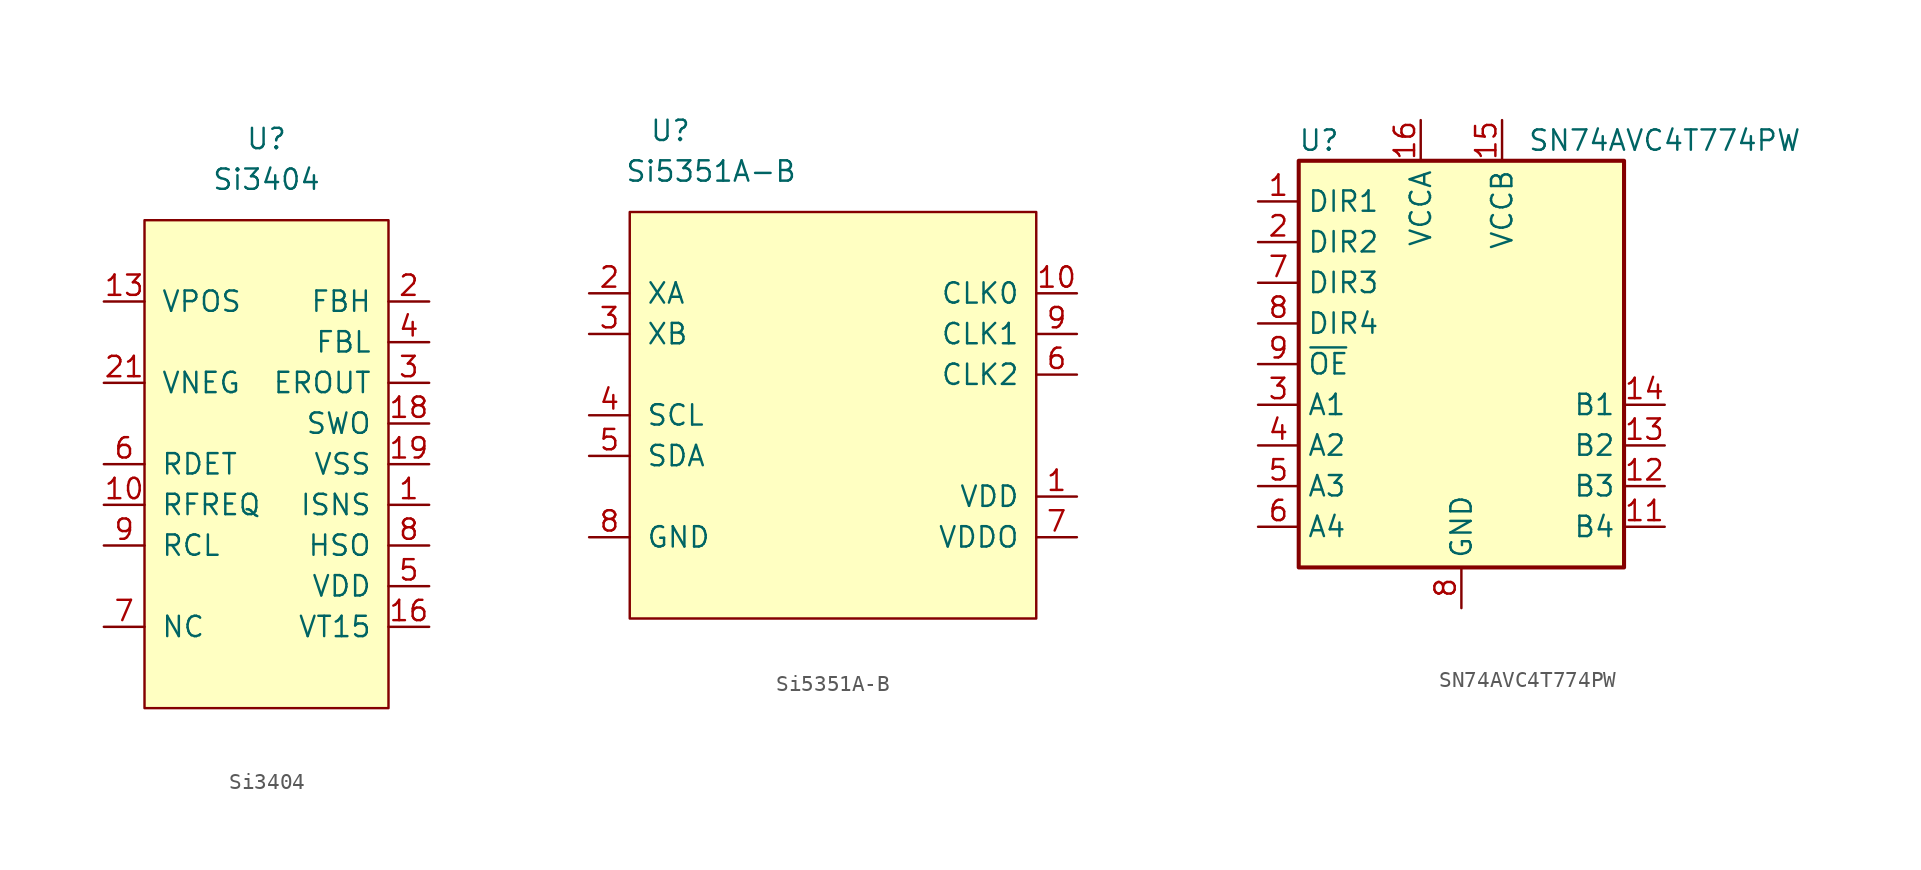
<source format=kicad_sym>
(kicad_symbol_lib
  (version 20220914)
  (generator kicad_symbol_editor)
  (symbol "Si3404"
    (pin_names
      (offset 1.016))
    (property "Reference" "U"
      (at 0 5.08 0)
      (effects (font (size 1.27 1.27))))
    (property "Value" "Si3404"
      (at 0 2.54 0)
      (effects (font (size 1.27 1.27))))
    (symbol "Si3404_0_1"
      (rectangle (start -7.62 0) (end 7.62 -30.48) (stroke (width 0) (type default)) (fill (type background))))
    (symbol "Si3404_1_1"
      (pin input line (at 10.16 -17.78 180) (length 2.54) (name "ISNS" (effects (font (size 1.27 1.27)))) (number "1" (effects (font (size 1.27 1.27)))))
      (pin bidirectional line (at -10.16 -17.78 0) (length 2.54) (name "RFREQ" (effects (font (size 1.27 1.27)))) (number "10" (effects (font (size 1.27 1.27)))))
      (pin bidirectional line (at -10.16 -25.4 0) (length 2.54) hide (name "NC" (effects (font (size 1.27 1.27)))) (number "11" (effects (font (size 1.27 1.27)))))
      (pin bidirectional line (at -10.16 -25.4 0) (length 2.54) hide (name "NC" (effects (font (size 1.27 1.27)))) (number "12" (effects (font (size 1.27 1.27)))))
      (pin bidirectional line (at -10.16 -5.08 0) (length 2.54) (name "VPOS" (effects (font (size 1.27 1.27)))) (number "13" (effects (font (size 1.27 1.27)))))
      (pin bidirectional line (at -10.16 -25.4 0) (length 2.54) hide (name "NC" (effects (font (size 1.27 1.27)))) (number "14" (effects (font (size 1.27 1.27)))))
      (pin bidirectional line (at -10.16 -25.4 0) (length 2.54) hide (name "NC" (effects (font (size 1.27 1.27)))) (number "15" (effects (font (size 1.27 1.27)))))
      (pin input line (at 10.16 -25.4 180) (length 2.54) (name "VT15" (effects (font (size 1.27 1.27)))) (number "16" (effects (font (size 1.27 1.27)))))
      (pin bidirectional line (at -10.16 -25.4 0) (length 2.54) hide (name "NC" (effects (font (size 1.27 1.27)))) (number "17" (effects (font (size 1.27 1.27)))))
      (pin output line (at 10.16 -12.7 180) (length 2.54) (name "SWO" (effects (font (size 1.27 1.27)))) (number "18" (effects (font (size 1.27 1.27)))))
      (pin bidirectional line (at 10.16 -15.24 180) (length 2.54) (name "VSS" (effects (font (size 1.27 1.27)))) (number "19" (effects (font (size 1.27 1.27)))))
      (pin input line (at 10.16 -5.08 180) (length 2.54) (name "FBH" (effects (font (size 1.27 1.27)))) (number "2" (effects (font (size 1.27 1.27)))))
      (pin bidirectional line (at -10.16 -25.4 0) (length 2.54) hide (name "NC" (effects (font (size 1.27 1.27)))) (number "20" (effects (font (size 1.27 1.27)))))
      (pin bidirectional line (at -10.16 -10.16 0) (length 2.54) (name "VNEG" (effects (font (size 1.27 1.27)))) (number "21" (effects (font (size 1.27 1.27)))))
      (pin bidirectional line (at 10.16 -10.16 180) (length 2.54) (name "EROUT" (effects (font (size 1.27 1.27)))) (number "3" (effects (font (size 1.27 1.27)))))
      (pin input line (at 10.16 -7.62 180) (length 2.54) (name "FBL" (effects (font (size 1.27 1.27)))) (number "4" (effects (font (size 1.27 1.27)))))
      (pin output line (at 10.16 -22.86 180) (length 2.54) (name "VDD" (effects (font (size 1.27 1.27)))) (number "5" (effects (font (size 1.27 1.27)))))
      (pin bidirectional line (at -10.16 -15.24 0) (length 2.54) (name "RDET" (effects (font (size 1.27 1.27)))) (number "6" (effects (font (size 1.27 1.27)))))
      (pin bidirectional line (at -10.16 -25.4 0) (length 2.54) (name "NC" (effects (font (size 1.27 1.27)))) (number "7" (effects (font (size 1.27 1.27)))))
      (pin bidirectional line (at 10.16 -20.32 180) (length 2.54) (name "HSO" (effects (font (size 1.27 1.27)))) (number "8" (effects (font (size 1.27 1.27)))))
      (pin bidirectional line (at -10.16 -20.32 0) (length 2.54) (name "RCL" (effects (font (size 1.27 1.27)))) (number "9" (effects (font (size 1.27 1.27)))))))
  (symbol "Si5351A-B"
    (pin_names
      (offset 1.016))
    (property "Reference" "U"
      (at -10.16 17.78 0)
      (effects (font (size 1.27 1.27))))
    (property "Value" "Si5351A-B"
      (at -7.62 15.24 0)
      (effects (font (size 1.27 1.27))))
    (symbol "Si5351A-B_0_1"
      (rectangle (start -12.7 12.7) (end 12.7 -12.7) (stroke (width 0) (type default)) (fill (type background))))
    (symbol "Si5351A-B_1_1"
      (pin power_in line (at 15.24 -5.08 180) (length 2.54) (name "VDD" (effects (font (size 1.27 1.27)))) (number "1" (effects (font (size 1.27 1.27)))))
      (pin output line (at 15.24 7.62 180) (length 2.54) (name "CLK0" (effects (font (size 1.27 1.27)))) (number "10" (effects (font (size 1.27 1.27)))))
      (pin input line (at -15.24 7.62 0) (length 2.54) (name "XA" (effects (font (size 1.27 1.27)))) (number "2" (effects (font (size 1.27 1.27)))))
      (pin input line (at -15.24 5.08 0) (length 2.54) (name "XB" (effects (font (size 1.27 1.27)))) (number "3" (effects (font (size 1.27 1.27)))))
      (pin input line (at -15.24 0 0) (length 2.54) (name "SCL" (effects (font (size 1.27 1.27)))) (number "4" (effects (font (size 1.27 1.27)))))
      (pin bidirectional line (at -15.24 -2.54 0) (length 2.54) (name "SDA" (effects (font (size 1.27 1.27)))) (number "5" (effects (font (size 1.27 1.27)))))
      (pin output line (at 15.24 2.54 180) (length 2.54) (name "CLK2" (effects (font (size 1.27 1.27)))) (number "6" (effects (font (size 1.27 1.27)))))
      (pin power_in line (at 15.24 -7.62 180) (length 2.54) (name "VDDO" (effects (font (size 1.27 1.27)))) (number "7" (effects (font (size 1.27 1.27)))))
      (pin power_in line (at -15.24 -7.62 0) (length 2.54) (name "GND" (effects (font (size 1.27 1.27)))) (number "8" (effects (font (size 1.27 1.27)))))
      (pin output line (at 15.24 5.08 180) (length 2.54) (name "CLK1" (effects (font (size 1.27 1.27)))) (number "9" (effects (font (size 1.27 1.27)))))))
  (symbol "SN74AVC4T774PW"
    (property "Reference" "U"
      (at -8.89 13.97 0)
      (effects (font (size 1.27 1.27))))
    (property "Value" "SN74AVC4T774PW"
      (at 12.7 13.97 0)
      (effects (font (size 1.27 1.27))))
    (symbol "SN74AVC4T774PW_0_1"
      (rectangle (start -10.16 12.7) (end 10.16 -12.7) (stroke (width 0.254) (type default)) (fill (type background))))
    (symbol "SN74AVC4T774PW_1_1"
      (pin input line (at -12.7 10.16 0) (length 2.54) (name "DIR1" (effects (font (size 1.27 1.27)))) (number "1" (effects (font (size 1.27 1.27)))))
      (pin bidirectional line (at 12.7 -10.16 180) (length 2.54) (name "B4" (effects (font (size 1.27 1.27)))) (number "11" (effects (font (size 1.27 1.27)))))
      (pin bidirectional line (at 12.7 -7.62 180) (length 2.54) (name "B3" (effects (font (size 1.27 1.27)))) (number "12" (effects (font (size 1.27 1.27)))))
      (pin bidirectional line (at 12.7 -5.08 180) (length 2.54) (name "B2" (effects (font (size 1.27 1.27)))) (number "13" (effects (font (size 1.27 1.27)))))
      (pin bidirectional line (at 12.7 -2.54 180) (length 2.54) (name "B1" (effects (font (size 1.27 1.27)))) (number "14" (effects (font (size 1.27 1.27)))))
      (pin power_in line (at 2.54 15.24 270) (length 2.54) (name "VCCB" (effects (font (size 1.27 1.27)))) (number "15" (effects (font (size 1.27 1.27)))))
      (pin power_in line (at -2.54 15.24 270) (length 2.54) (name "VCCA" (effects (font (size 1.27 1.27)))) (number "16" (effects (font (size 1.27 1.27)))))
      (pin input line (at -12.7 7.62 0) (length 2.54) (name "DIR2" (effects (font (size 1.27 1.27)))) (number "2" (effects (font (size 1.27 1.27)))))
      (pin bidirectional line (at -12.7 -2.54 0) (length 2.54) (name "A1" (effects (font (size 1.27 1.27)))) (number "3" (effects (font (size 1.27 1.27)))))
      (pin bidirectional line (at -12.7 -5.08 0) (length 2.54) (name "A2" (effects (font (size 1.27 1.27)))) (number "4" (effects (font (size 1.27 1.27)))))
      (pin bidirectional line (at -12.7 -7.62 0) (length 2.54) (name "A3" (effects (font (size 1.27 1.27)))) (number "5" (effects (font (size 1.27 1.27)))))
      (pin bidirectional line (at -12.7 -10.16 0) (length 2.54) (name "A4" (effects (font (size 1.27 1.27)))) (number "6" (effects (font (size 1.27 1.27)))))
      (pin input line (at -12.7 5.08 0) (length 2.54) (name "DIR3" (effects (font (size 1.27 1.27)))) (number "7" (effects (font (size 1.27 1.27)))))
      (pin input line (at -12.7 2.54 0) (length 2.54) (name "DIR4" (effects (font (size 1.27 1.27)))) (number "8" (effects (font (size 1.27 1.27)))))
      (pin power_in line (at 0 -15.24 90) (length 2.54) (name "GND" (effects (font (size 1.27 1.27)))) (number "8" (effects (font (size 1.27 1.27)))))
      (pin passive line (at -12.7 0 0) (length 2.54) (name "~{OE}" (effects (font (size 1.27 1.27)))) (number "9" (effects (font (size 1.27 1.27))))))))
</source>
